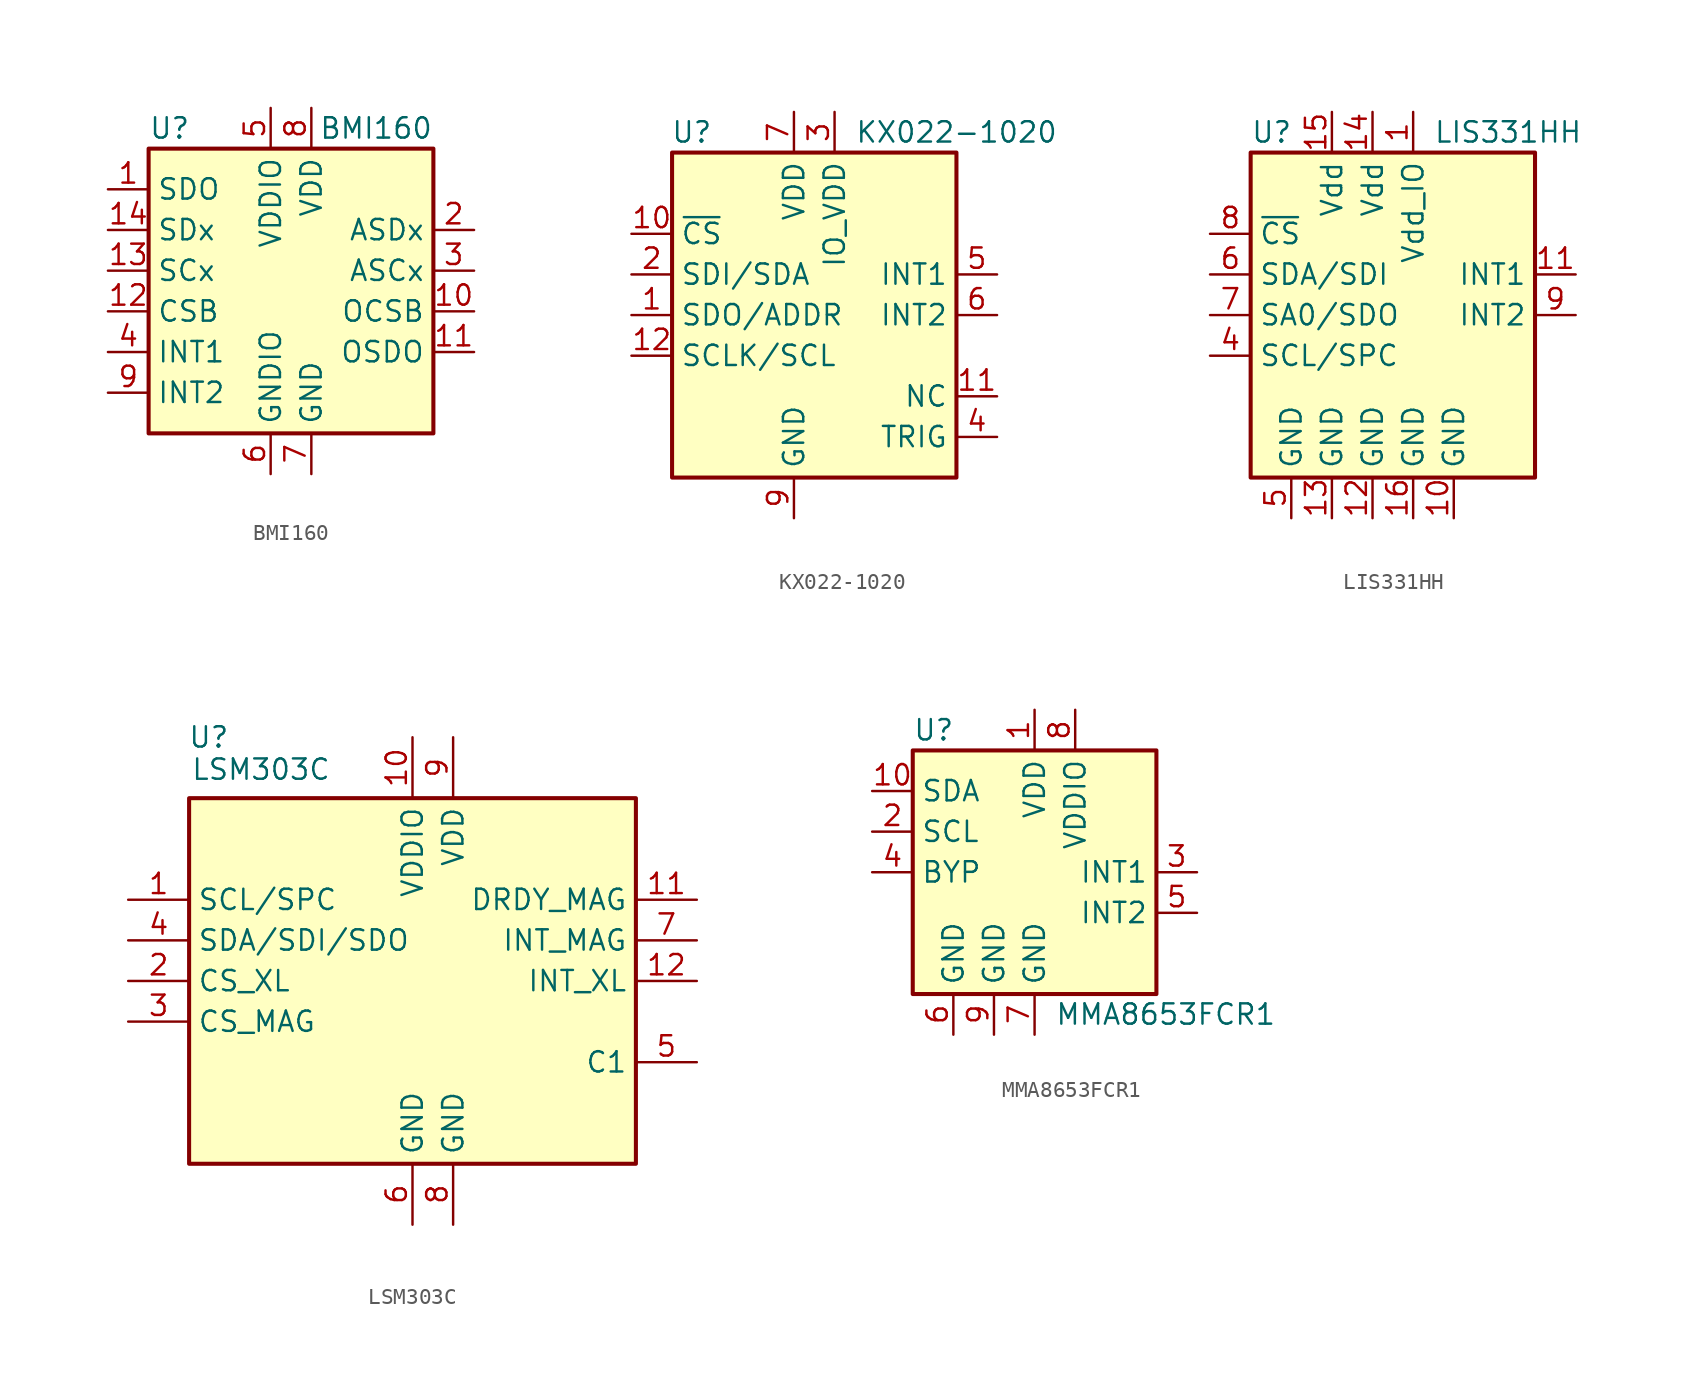
<source format=kicad_sym>
(kicad_symbol_lib
  (version 20211014)
  (generator kicad_symbol_editor)
  (symbol "BMI160"
    (property "Reference" "U"
      (at -10.16 8.89 0)
      (effects (font (size 1.27 1.27)) (justify left)))
    (property "Value" "BMI160"
      (at 7.62 8.89 0)
      (effects (font (size 1.27 1.27)) (justify right)))
    (symbol "BMI160_1_1"
      (rectangle (start -10.16 7.62) (end 7.62 -10.16) (stroke (width 0.254) (type default) (color 0 0 0 0)) (fill (type background)))
      (pin bidirectional line (at -12.7 5.08 0) (length 2.54) (name "SDO" (effects (font (size 1.27 1.27)))) (number "1" (effects (font (size 1.27 1.27)))))
      (pin bidirectional line (at 10.16 -2.54 180) (length 2.54) (name "OCSB" (effects (font (size 1.27 1.27)))) (number "10" (effects (font (size 1.27 1.27)))))
      (pin bidirectional line (at 10.16 -5.08 180) (length 2.54) (name "OSDO" (effects (font (size 1.27 1.27)))) (number "11" (effects (font (size 1.27 1.27)))))
      (pin input line (at -12.7 -2.54 0) (length 2.54) (name "CSB" (effects (font (size 1.27 1.27)))) (number "12" (effects (font (size 1.27 1.27)))))
      (pin input line (at -12.7 0 0) (length 2.54) (name "SCx" (effects (font (size 1.27 1.27)))) (number "13" (effects (font (size 1.27 1.27)))))
      (pin bidirectional line (at -12.7 2.54 0) (length 2.54) (name "SDx" (effects (font (size 1.27 1.27)))) (number "14" (effects (font (size 1.27 1.27)))))
      (pin bidirectional line (at 10.16 2.54 180) (length 2.54) (name "ASDx" (effects (font (size 1.27 1.27)))) (number "2" (effects (font (size 1.27 1.27)))))
      (pin output line (at 10.16 0 180) (length 2.54) (name "ASCx" (effects (font (size 1.27 1.27)))) (number "3" (effects (font (size 1.27 1.27)))))
      (pin bidirectional line (at -12.7 -5.08 0) (length 2.54) (name "INT1" (effects (font (size 1.27 1.27)))) (number "4" (effects (font (size 1.27 1.27)))))
      (pin power_in line (at -2.54 10.16 270) (length 2.54) (name "VDDIO" (effects (font (size 1.27 1.27)))) (number "5" (effects (font (size 1.27 1.27)))))
      (pin power_in line (at -2.54 -12.7 90) (length 2.54) (name "GNDIO" (effects (font (size 1.27 1.27)))) (number "6" (effects (font (size 1.27 1.27)))))
      (pin power_in line (at 0 -12.7 90) (length 2.54) (name "GND" (effects (font (size 1.27 1.27)))) (number "7" (effects (font (size 1.27 1.27)))))
      (pin power_in line (at 0 10.16 270) (length 2.54) (name "VDD" (effects (font (size 1.27 1.27)))) (number "8" (effects (font (size 1.27 1.27)))))
      (pin bidirectional line (at -12.7 -7.62 0) (length 2.54) (name "INT2" (effects (font (size 1.27 1.27)))) (number "9" (effects (font (size 1.27 1.27)))))))
  (symbol "KX022-1020"
    (property "Reference" "U"
      (at -5.08 11.43 0)
      (effects (font (size 1.27 1.27)) (justify right)))
    (property "Value" "KX022-1020"
      (at 3.81 11.43 0)
      (effects (font (size 1.27 1.27)) (justify left)))
    (symbol "KX022-1020_0_1"
      (rectangle (start -7.62 10.16) (end 10.16 -10.16) (stroke (width 0.254) (type default) (color 0 0 0 0)) (fill (type background))))
    (symbol "KX022-1020_1_1"
      (pin bidirectional line (at -10.16 0 0) (length 2.54) (name "SDO/ADDR" (effects (font (size 1.27 1.27)))) (number "1" (effects (font (size 1.27 1.27)))))
      (pin input line (at -10.16 5.08 0) (length 2.54) (name "~{CS}" (effects (font (size 1.27 1.27)))) (number "10" (effects (font (size 1.27 1.27)))))
      (pin passive line (at 12.7 -5.08 180) (length 2.54) (name "NC" (effects (font (size 1.27 1.27)))) (number "11" (effects (font (size 1.27 1.27)))))
      (pin input line (at -10.16 -2.54 0) (length 2.54) (name "SCLK/SCL" (effects (font (size 1.27 1.27)))) (number "12" (effects (font (size 1.27 1.27)))))
      (pin bidirectional line (at -10.16 2.54 0) (length 2.54) (name "SDI/SDA" (effects (font (size 1.27 1.27)))) (number "2" (effects (font (size 1.27 1.27)))))
      (pin power_in line (at 2.54 12.7 270) (length 2.54) (name "IO_VDD" (effects (font (size 1.27 1.27)))) (number "3" (effects (font (size 1.27 1.27)))))
      (pin input line (at 12.7 -7.62 180) (length 2.54) (name "TRIG" (effects (font (size 1.27 1.27)))) (number "4" (effects (font (size 1.27 1.27)))))
      (pin output line (at 12.7 2.54 180) (length 2.54) (name "INT1" (effects (font (size 1.27 1.27)))) (number "5" (effects (font (size 1.27 1.27)))))
      (pin output line (at 12.7 0 180) (length 2.54) (name "INT2" (effects (font (size 1.27 1.27)))) (number "6" (effects (font (size 1.27 1.27)))))
      (pin power_in line (at 0 12.7 270) (length 2.54) (name "VDD" (effects (font (size 1.27 1.27)))) (number "7" (effects (font (size 1.27 1.27)))))
      (pin power_in line (at 0 -12.7 90) (length 2.54) (name "GND" (effects (font (size 1.27 1.27)))) (number "9" (effects (font (size 1.27 1.27)))))))
  (symbol "LIS331HH"
    (property "Reference" "U"
      (at -7.62 11.43 0)
      (effects (font (size 1.27 1.27)) (justify left)))
    (property "Value" "LIS331HH"
      (at 3.81 11.43 0)
      (effects (font (size 1.27 1.27)) (justify left)))
    (symbol "LIS331HH_0_1"
      (rectangle (start -7.62 10.16) (end 10.16 -10.16) (stroke (width 0.254) (type default) (color 0 0 0 0)) (fill (type background))))
    (symbol "LIS331HH_1_1"
      (pin power_in line (at 2.54 12.7 270) (length 2.54) (name "Vdd_IO" (effects (font (size 1.27 1.27)))) (number "1" (effects (font (size 1.27 1.27)))))
      (pin power_in line (at 5.08 -12.7 90) (length 2.54) (name "GND" (effects (font (size 1.27 1.27)))) (number "10" (effects (font (size 1.27 1.27)))))
      (pin output line (at 12.7 2.54 180) (length 2.54) (name "INT1" (effects (font (size 1.27 1.27)))) (number "11" (effects (font (size 1.27 1.27)))))
      (pin power_in line (at 0 -12.7 90) (length 2.54) (name "GND" (effects (font (size 1.27 1.27)))) (number "12" (effects (font (size 1.27 1.27)))))
      (pin power_in line (at -2.54 -12.7 90) (length 2.54) (name "GND" (effects (font (size 1.27 1.27)))) (number "13" (effects (font (size 1.27 1.27)))))
      (pin power_in line (at 0 12.7 270) (length 2.54) (name "Vdd" (effects (font (size 1.27 1.27)))) (number "14" (effects (font (size 1.27 1.27)))))
      (pin power_in line (at -2.54 12.7 270) (length 2.54) (name "Vdd" (effects (font (size 1.27 1.27)))) (number "15" (effects (font (size 1.27 1.27)))))
      (pin power_in line (at 2.54 -12.7 90) (length 2.54) (name "GND" (effects (font (size 1.27 1.27)))) (number "16" (effects (font (size 1.27 1.27)))))
      (pin no_connect line (at 10.16 -2.54 180) (length 2.54) hide (name "NC" (effects (font (size 1.27 1.27)))) (number "2" (effects (font (size 1.27 1.27)))))
      (pin no_connect line (at 10.16 -5.08 180) (length 2.54) hide (name "NC" (effects (font (size 1.27 1.27)))) (number "3" (effects (font (size 1.27 1.27)))))
      (pin input line (at -10.16 -2.54 0) (length 2.54) (name "SCL/SPC" (effects (font (size 1.27 1.27)))) (number "4" (effects (font (size 1.27 1.27)))))
      (pin power_in line (at -5.08 -12.7 90) (length 2.54) (name "GND" (effects (font (size 1.27 1.27)))) (number "5" (effects (font (size 1.27 1.27)))))
      (pin bidirectional line (at -10.16 2.54 0) (length 2.54) (name "SDA/SDI" (effects (font (size 1.27 1.27)))) (number "6" (effects (font (size 1.27 1.27)))))
      (pin output line (at -10.16 0 0) (length 2.54) (name "SA0/SDO" (effects (font (size 1.27 1.27)))) (number "7" (effects (font (size 1.27 1.27)))))
      (pin input line (at -10.16 5.08 0) (length 2.54) (name "~{CS}" (effects (font (size 1.27 1.27)))) (number "8" (effects (font (size 1.27 1.27)))))
      (pin output line (at 12.7 0 180) (length 2.54) (name "INT2" (effects (font (size 1.27 1.27)))) (number "9" (effects (font (size 1.27 1.27)))))))
  (symbol "LSM303C"
    (property "Reference" "U"
      (at -11.43 15.24 0)
      (effects (font (size 1.27 1.27)) (justify right)))
    (property "Value" "LSM303C"
      (at -5.08 13.97 0)
      (effects (font (size 1.27 1.27)) (justify right top)))
    (symbol "LSM303C_0_1"
      (rectangle (start 13.97 11.43) (end -13.97 -11.43) (stroke (width 0.254) (type default) (color 0 0 0 0)) (fill (type background))))
    (symbol "LSM303C_1_1"
      (pin input line (at -17.78 5.08 0) (length 3.81) (name "SCL/SPC" (effects (font (size 1.27 1.27)))) (number "1" (effects (font (size 1.27 1.27)))))
      (pin power_in line (at 0 15.24 270) (length 3.81) (name "VDDIO" (effects (font (size 1.27 1.27)))) (number "10" (effects (font (size 1.27 1.27)))))
      (pin output line (at 17.78 5.08 180) (length 3.81) (name "DRDY_MAG" (effects (font (size 1.27 1.27)))) (number "11" (effects (font (size 1.27 1.27)))))
      (pin output line (at 17.78 0 180) (length 3.81) (name "INT_XL" (effects (font (size 1.27 1.27)))) (number "12" (effects (font (size 1.27 1.27)))))
      (pin input line (at -17.78 0 0) (length 3.81) (name "CS_XL" (effects (font (size 1.27 1.27)))) (number "2" (effects (font (size 1.27 1.27)))))
      (pin input line (at -17.78 -2.54 0) (length 3.81) (name "CS_MAG" (effects (font (size 1.27 1.27)))) (number "3" (effects (font (size 1.27 1.27)))))
      (pin bidirectional line (at -17.78 2.54 0) (length 3.81) (name "SDA/SDI/SDO" (effects (font (size 1.27 1.27)))) (number "4" (effects (font (size 1.27 1.27)))))
      (pin passive line (at 17.78 -5.08 180) (length 3.81) (name "C1" (effects (font (size 1.27 1.27)))) (number "5" (effects (font (size 1.27 1.27)))))
      (pin power_in line (at 0 -15.24 90) (length 3.81) (name "GND" (effects (font (size 1.27 1.27)))) (number "6" (effects (font (size 1.27 1.27)))))
      (pin output line (at 17.78 2.54 180) (length 3.81) (name "INT_MAG" (effects (font (size 1.27 1.27)))) (number "7" (effects (font (size 1.27 1.27)))))
      (pin power_in line (at 2.54 -15.24 90) (length 3.81) (name "GND" (effects (font (size 1.27 1.27)))) (number "8" (effects (font (size 1.27 1.27)))))
      (pin power_in line (at 2.54 15.24 270) (length 3.81) (name "VDD" (effects (font (size 1.27 1.27)))) (number "9" (effects (font (size 1.27 1.27)))))))
  (symbol "MMA8653FCR1"
    (property "Reference" "U"
      (at -7.62 8.89 0)
      (effects (font (size 1.27 1.27)) (justify left)))
    (property "Value" "MMA8653FCR1"
      (at 1.27 -8.89 0)
      (effects (font (size 1.27 1.27)) (justify left)))
    (symbol "MMA8653FCR1_0_1"
      (rectangle (start -7.62 7.62) (end 7.62 -7.62) (stroke (width 0.254) (type default) (color 0 0 0 0)) (fill (type background))))
    (symbol "MMA8653FCR1_1_1"
      (pin power_in line (at 0 10.16 270) (length 2.54) (name "VDD" (effects (font (size 1.27 1.27)))) (number "1" (effects (font (size 1.27 1.27)))))
      (pin bidirectional line (at -10.16 5.08 0) (length 2.54) (name "SDA" (effects (font (size 1.27 1.27)))) (number "10" (effects (font (size 1.27 1.27)))))
      (pin input line (at -10.16 2.54 0) (length 2.54) (name "SCL" (effects (font (size 1.27 1.27)))) (number "2" (effects (font (size 1.27 1.27)))))
      (pin output line (at 10.16 0 180) (length 2.54) (name "INT1" (effects (font (size 1.27 1.27)))) (number "3" (effects (font (size 1.27 1.27)))))
      (pin input line (at -10.16 0 0) (length 2.54) (name "BYP" (effects (font (size 1.27 1.27)))) (number "4" (effects (font (size 1.27 1.27)))))
      (pin output line (at 10.16 -2.54 180) (length 2.54) (name "INT2" (effects (font (size 1.27 1.27)))) (number "5" (effects (font (size 1.27 1.27)))))
      (pin power_in line (at -5.08 -10.16 90) (length 2.54) (name "GND" (effects (font (size 1.27 1.27)))) (number "6" (effects (font (size 1.27 1.27)))))
      (pin power_in line (at 0 -10.16 90) (length 2.54) (name "GND" (effects (font (size 1.27 1.27)))) (number "7" (effects (font (size 1.27 1.27)))))
      (pin power_in line (at 2.54 10.16 270) (length 2.54) (name "VDDIO" (effects (font (size 1.27 1.27)))) (number "8" (effects (font (size 1.27 1.27)))))
      (pin power_in line (at -2.54 -10.16 90) (length 2.54) (name "GND" (effects (font (size 1.27 1.27)))) (number "9" (effects (font (size 1.27 1.27))))))))
</source>
